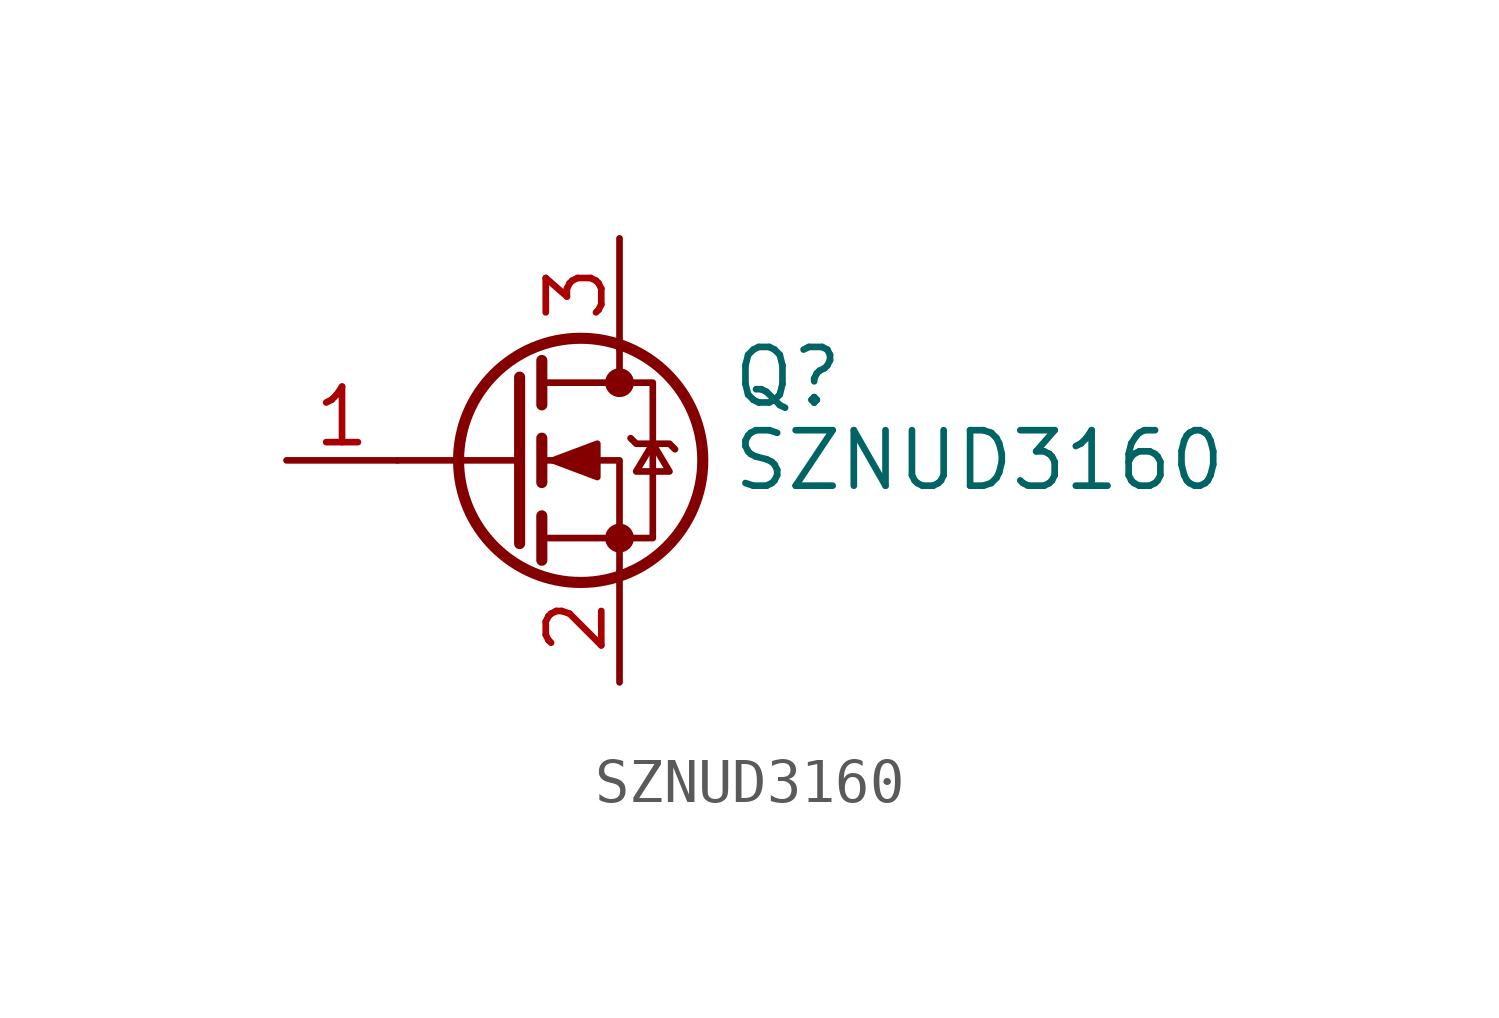
<source format=kicad_sym>
(kicad_symbol_lib
  (version 20220914)
  (generator kicad_symbol_editor)
  (symbol "SZNUD3160"
    (pin_names hide)
    (property "Reference" "Q"
      (at 5.08 1.905 0)
      (effects (font (size 1.27 1.27)) (justify left)))
    (property "Value" "SZNUD3160"
      (at 5.08 0 0)
      (effects (font (size 1.27 1.27)) (justify left)))
    (symbol "SZNUD3160_0_1"
      (polyline (pts (xy 0.254 0) (xy -2.54 0)) (stroke (width 0) (type default)) (fill (type none)))
      (polyline (pts (xy 0.254 1.905) (xy 0.254 -1.905)) (stroke (width 0.254) (type default)) (fill (type none)))
      (polyline (pts (xy 0.762 -1.27) (xy 0.762 -2.286)) (stroke (width 0.254) (type default)) (fill (type none)))
      (polyline (pts (xy 0.762 0.508) (xy 0.762 -0.508)) (stroke (width 0.254) (type default)) (fill (type none)))
      (polyline (pts (xy 0.762 2.286) (xy 0.762 1.27)) (stroke (width 0.254) (type default)) (fill (type none)))
      (polyline (pts (xy 2.54 2.54) (xy 2.54 1.778)) (stroke (width 0) (type default)) (fill (type none)))
      (polyline (pts (xy 2.54 -2.54) (xy 2.54 0) (xy 0.762 0)) (stroke (width 0) (type default)) (fill (type none)))
      (polyline (pts (xy 0.762 -1.778) (xy 3.302 -1.778) (xy 3.302 1.778) (xy 0.762 1.778)) (stroke (width 0) (type default)) (fill (type none)))
      (polyline (pts (xy 1.016 0) (xy 2.032 0.381) (xy 2.032 -0.381) (xy 1.016 0)) (stroke (width 0) (type default)) (fill (type outline)))
      (polyline (pts (xy 2.794 0.508) (xy 2.921 0.381) (xy 3.683 0.381) (xy 3.81 0.254)) (stroke (width 0) (type default)) (fill (type none)))
      (polyline (pts (xy 3.302 0.381) (xy 2.921 -0.254) (xy 3.683 -0.254) (xy 3.302 0.381)) (stroke (width 0) (type default)) (fill (type none)))
      (circle (center 1.651 0) (radius 2.794) (stroke (width 0.254) (type default)) (fill (type none)))
      (circle (center 2.54 -1.778) (radius 0.254) (stroke (width 0) (type default)) (fill (type outline)))
      (circle (center 2.54 1.778) (radius 0.254) (stroke (width 0) (type default)) (fill (type outline))))
    (symbol "SZNUD3160_1_1"
      (pin input line (at -5.08 0 0) (length 2.54) (name "G" (effects (font (size 1.27 1.27)))) (number "1" (effects (font (size 1.27 1.27)))))
      (pin passive line (at 2.54 -5.08 90) (length 2.54) (name "S" (effects (font (size 1.27 1.27)))) (number "2" (effects (font (size 1.27 1.27)))))
      (pin passive line (at 2.54 5.08 270) (length 2.54) (name "D" (effects (font (size 1.27 1.27)))) (number "3" (effects (font (size 1.27 1.27))))))))
</source>
